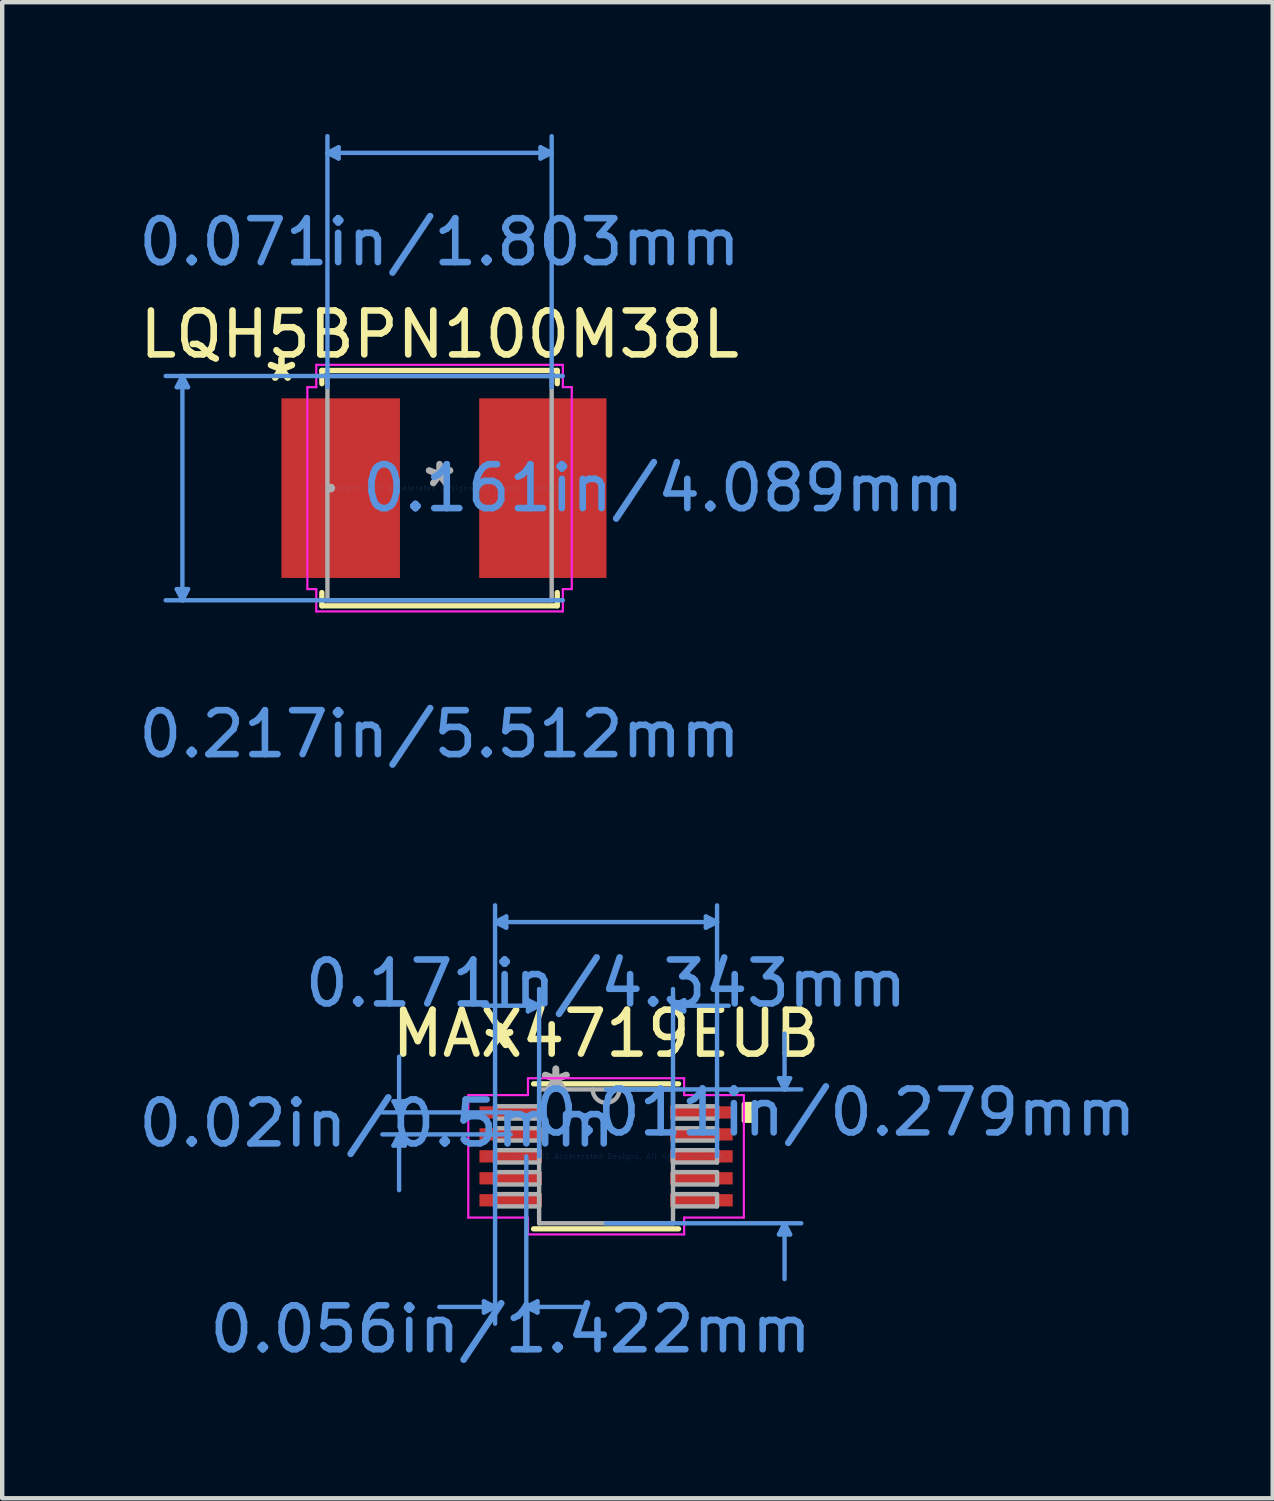
<source format=kicad_pcb>
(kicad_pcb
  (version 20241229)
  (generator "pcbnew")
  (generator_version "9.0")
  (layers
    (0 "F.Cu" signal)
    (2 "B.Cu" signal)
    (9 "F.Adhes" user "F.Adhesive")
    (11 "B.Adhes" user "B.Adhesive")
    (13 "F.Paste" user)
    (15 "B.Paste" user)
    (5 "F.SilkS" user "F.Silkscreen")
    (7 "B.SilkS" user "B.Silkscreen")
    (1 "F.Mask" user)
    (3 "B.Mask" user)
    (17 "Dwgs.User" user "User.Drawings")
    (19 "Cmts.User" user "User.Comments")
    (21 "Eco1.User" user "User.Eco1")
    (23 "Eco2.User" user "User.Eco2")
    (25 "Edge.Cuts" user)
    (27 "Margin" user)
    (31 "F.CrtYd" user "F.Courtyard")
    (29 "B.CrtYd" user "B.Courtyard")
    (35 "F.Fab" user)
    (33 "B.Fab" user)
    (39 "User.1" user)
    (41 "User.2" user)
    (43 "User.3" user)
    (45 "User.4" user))
  (footprint "LQH5BPN100M38L"
    (layer "F.Cu")
    (at 6.958 8.064)
    (property "Reference" "LQH5BPN100M38L" (at 0 -3.5 0) (layer "F.SilkS") (effects (font (size 1 1) (thickness 0.15))))
    (attr through_hole)
    (fp_line (start -2.68 -2.68) (end -2.68 -2.377) (stroke (width 0.12) (type solid)) (layer "F.SilkS"))
    (fp_line (start -2.68 2.377) (end -2.68 2.68) (stroke (width 0.12) (type solid)) (layer "F.SilkS"))
    (fp_line (start -2.68 2.68) (end 2.68 2.68) (stroke (width 0.12) (type solid)) (layer "F.SilkS"))
    (fp_line (start 2.68 -2.68) (end -2.68 -2.68) (stroke (width 0.12) (type solid)) (layer "F.SilkS"))
    (fp_line (start 2.68 -2.377) (end 2.68 -2.68) (stroke (width 0.12) (type solid)) (layer "F.SilkS"))
    (fp_line (start 2.68 2.68) (end 2.68 2.377) (stroke (width 0.12) (type solid)) (layer "F.SilkS"))
    (fp_line (start -5.982 -2.299) (end -5.728 -2.299) (stroke (width 0.1) (type solid)) (layer "Cmts.User"))
    (fp_line (start -5.982 2.299) (end -5.728 2.299) (stroke (width 0.1) (type solid)) (layer "Cmts.User"))
    (fp_line (start -5.855 -2.553) (end -5.982 -2.299) (stroke (width 0.1) (type solid)) (layer "Cmts.User"))
    (fp_line (start -5.855 -2.553) (end -5.855 2.553) (stroke (width 0.1) (type solid)) (layer "Cmts.User"))
    (fp_line (start -5.855 -2.553) (end -5.728 -2.299) (stroke (width 0.1) (type solid)) (layer "Cmts.User"))
    (fp_line (start -5.855 2.553) (end -5.982 2.299) (stroke (width 0.1) (type solid)) (layer "Cmts.User"))
    (fp_line (start -5.855 2.553) (end -5.728 2.299) (stroke (width 0.1) (type solid)) (layer "Cmts.User"))
    (fp_line (start -2.553 -7.633) (end -2.299 -7.76) (stroke (width 0.1) (type solid)) (layer "Cmts.User"))
    (fp_line (start -2.553 -7.633) (end -2.299 -7.506) (stroke (width 0.1) (type solid)) (layer "Cmts.User"))
    (fp_line (start -2.553 -7.633) (end 2.553 -7.633) (stroke (width 0.1) (type solid)) (layer "Cmts.User"))
    (fp_line (start -2.553 -2.299) (end -2.553 -8.014) (stroke (width 0.1) (type solid)) (layer "Cmts.User"))
    (fp_line (start -2.299 -7.76) (end -2.299 -7.506) (stroke (width 0.1) (type solid)) (layer "Cmts.User"))
    (fp_line (start 2.299 -7.76) (end 2.299 -7.506) (stroke (width 0.1) (type solid)) (layer "Cmts.User"))
    (fp_line (start 2.553 -7.633) (end 2.299 -7.76) (stroke (width 0.1) (type solid)) (layer "Cmts.User"))
    (fp_line (start 2.553 -7.633) (end 2.299 -7.506) (stroke (width 0.1) (type solid)) (layer "Cmts.User"))
    (fp_line (start 2.553 -2.299) (end 2.553 -8.014) (stroke (width 0.1) (type solid)) (layer "Cmts.User"))
    (fp_line (start 2.807 -2.553) (end -6.236 -2.553) (stroke (width 0.1) (type solid)) (layer "Cmts.User"))
    (fp_line (start 2.807 2.553) (end -6.236 2.553) (stroke (width 0.1) (type solid)) (layer "Cmts.User"))
    (fp_line (start -3.01 -2.299) (end -2.807 -2.299) (stroke (width 0.05) (type solid)) (layer "F.CrtYd"))
    (fp_line (start -3.01 2.299) (end -3.01 -2.299) (stroke (width 0.05) (type solid)) (layer "F.CrtYd"))
    (fp_line (start -2.807 -2.807) (end 2.807 -2.807) (stroke (width 0.05) (type solid)) (layer "F.CrtYd"))
    (fp_line (start -2.807 -2.299) (end -2.807 -2.807) (stroke (width 0.05) (type solid)) (layer "F.CrtYd"))
    (fp_line (start -2.807 2.299) (end -3.01 2.299) (stroke (width 0.05) (type solid)) (layer "F.CrtYd"))
    (fp_line (start -2.807 2.807) (end -2.807 2.299) (stroke (width 0.05) (type solid)) (layer "F.CrtYd"))
    (fp_line (start 2.807 -2.807) (end 2.807 -2.299) (stroke (width 0.05) (type solid)) (layer "F.CrtYd"))
    (fp_line (start 2.807 -2.299) (end 3.01 -2.299) (stroke (width 0.05) (type solid)) (layer "F.CrtYd"))
    (fp_line (start 2.807 2.299) (end 2.807 2.807) (stroke (width 0.05) (type solid)) (layer "F.CrtYd"))
    (fp_line (start 2.807 2.807) (end -2.807 2.807) (stroke (width 0.05) (type solid)) (layer "F.CrtYd"))
    (fp_line (start 3.01 -2.299) (end 3.01 2.299) (stroke (width 0.05) (type solid)) (layer "F.CrtYd"))
    (fp_line (start 3.01 2.299) (end 2.807 2.299) (stroke (width 0.05) (type solid)) (layer "F.CrtYd"))
    (fp_line (start -2.553 -2.553) (end -2.553 2.553) (stroke (width 0.1) (type solid)) (layer "F.Fab"))
    (fp_line (start -2.553 2.553) (end 2.553 2.553) (stroke (width 0.1) (type solid)) (layer "F.Fab"))
    (fp_line (start 2.553 -2.553) (end -2.553 -2.553) (stroke (width 0.1) (type solid)) (layer "F.Fab"))
    (fp_line (start 2.553 2.553) (end 2.553 -2.553) (stroke (width 0.1) (type solid)) (layer "F.Fab"))
    (fp_circle (center -2.477 0) (end -2.477 0) (stroke (width 0.1) (type solid)) (fill no) (layer "F.Fab"))
    (fp_text user "*" (at -3.6 -2.4 0) (layer "F.SilkS") (effects (font (size 1 1) (thickness 0.15))))
    (fp_text user "0.071in/1.803mm" (at 0 -5.601 0) (layer "Cmts.User") (effects (font (size 1 1) (thickness 0.15))))
    (fp_text user "Copyright 2021 Accelerated Designs. All rights reserved." (at 0 0 0) (layer "Cmts.User") (effects (font (size 0.127 0.127) (thickness 0.002))))
    (fp_text user "0.217in/5.512mm" (at 0 5.601 0) (layer "Cmts.User") (effects (font (size 1 1) (thickness 0.15))))
    (fp_text user "0.161in/4.089mm" (at 5.093 0 0) (layer "Cmts.User") (effects (font (size 1 1) (thickness 0.15))))
    (fp_text user "*" (at 0 0 0) (layer "F.Fab") (effects (font (size 1 1) (thickness 0.15))))
    (pad "1" smd rect (at -2.251 0) (size 2.698 4.089) (layers "F.Cu" "F.Mask" "F.Paste"))
    (pad "2" smd rect (at 2.351 0) (size 2.898 4.089) (layers "F.Cu" "F.Mask" "F.Paste")))
  (footprint "MAX4719EUB"
    (layer "F.Cu")
    (at 10.749 23.278)
    (property "Reference" "MAX4719EUB" (at 0 -2.794 0) (layer "F.SilkS") (effects (font (size 1 1) (thickness 0.15))))
    (attr through_hole)
    (fp_line (start -1.651 1.651) (end 1.651 1.651) (stroke (width 0.12) (type solid)) (layer "F.SilkS"))
    (fp_line (start 1.651 -1.651) (end -1.651 -1.651) (stroke (width 0.12) (type solid)) (layer "F.SilkS"))
    (fp_poly (pts (xy 3.391 -1.191) (xy 3.391 -0.81) (xy 3.137 -0.81) (xy 3.137 -1.191)) (stroke (width 0.1) (type solid)) (fill yes) (layer "F.SilkS"))
    (fp_line (start -4.839 -1.254) (end -4.585 -1.254) (stroke (width 0.1) (type solid)) (layer "Cmts.User"))
    (fp_line (start -4.839 -0.246) (end -4.585 -0.246) (stroke (width 0.1) (type solid)) (layer "Cmts.User"))
    (fp_line (start -4.712 -1) (end -4.839 -1.254) (stroke (width 0.1) (type solid)) (layer "Cmts.User"))
    (fp_line (start -4.712 -1) (end -4.712 -2.27) (stroke (width 0.1) (type solid)) (layer "Cmts.User"))
    (fp_line (start -4.712 -1) (end -4.585 -1.254) (stroke (width 0.1) (type solid)) (layer "Cmts.User"))
    (fp_line (start -4.712 -0.5) (end -4.839 -0.246) (stroke (width 0.1) (type solid)) (layer "Cmts.User"))
    (fp_line (start -4.712 -0.5) (end -4.712 0.77) (stroke (width 0.1) (type solid)) (layer "Cmts.User"))
    (fp_line (start -4.712 -0.5) (end -4.585 -0.246) (stroke (width 0.1) (type solid)) (layer "Cmts.User"))
    (fp_line (start -2.781 3.302) (end -2.781 3.556) (stroke (width 0.1) (type solid)) (layer "Cmts.User"))
    (fp_line (start -2.527 -5.334) (end -2.273 -5.461) (stroke (width 0.1) (type solid)) (layer "Cmts.User"))
    (fp_line (start -2.527 -5.334) (end -2.273 -5.207) (stroke (width 0.1) (type solid)) (layer "Cmts.User"))
    (fp_line (start -2.527 -5.334) (end 2.527 -5.334) (stroke (width 0.1) (type solid)) (layer "Cmts.User"))
    (fp_line (start -2.527 0) (end -2.527 -5.715) (stroke (width 0.1) (type solid)) (layer "Cmts.User"))
    (fp_line (start -2.527 0) (end -2.527 3.81) (stroke (width 0.1) (type solid)) (layer "Cmts.User"))
    (fp_line (start -2.527 3.429) (end -3.797 3.429) (stroke (width 0.1) (type solid)) (layer "Cmts.User"))
    (fp_line (start -2.527 3.429) (end -2.781 3.302) (stroke (width 0.1) (type solid)) (layer "Cmts.User"))
    (fp_line (start -2.527 3.429) (end -2.781 3.556) (stroke (width 0.1) (type solid)) (layer "Cmts.User"))
    (fp_line (start -2.273 -5.461) (end -2.273 -5.207) (stroke (width 0.1) (type solid)) (layer "Cmts.User"))
    (fp_line (start -2.172 -1) (end -5.093 -1) (stroke (width 0.1) (type solid)) (layer "Cmts.User"))
    (fp_line (start -2.172 -0.5) (end -5.093 -0.5) (stroke (width 0.1) (type solid)) (layer "Cmts.User"))
    (fp_line (start -1.816 0) (end -1.816 3.81) (stroke (width 0.1) (type solid)) (layer "Cmts.User"))
    (fp_line (start -1.816 3.429) (end -1.562 3.302) (stroke (width 0.1) (type solid)) (layer "Cmts.User"))
    (fp_line (start -1.816 3.429) (end -1.562 3.556) (stroke (width 0.1) (type solid)) (layer "Cmts.User"))
    (fp_line (start -1.816 3.429) (end -0.546 3.429) (stroke (width 0.1) (type solid)) (layer "Cmts.User"))
    (fp_line (start -1.778 -3.556) (end -1.778 -3.302) (stroke (width 0.1) (type solid)) (layer "Cmts.User"))
    (fp_line (start -1.562 3.302) (end -1.562 3.556) (stroke (width 0.1) (type solid)) (layer "Cmts.User"))
    (fp_line (start -1.524 -3.429) (end -2.794 -3.429) (stroke (width 0.1) (type solid)) (layer "Cmts.User"))
    (fp_line (start -1.524 -3.429) (end -1.778 -3.556) (stroke (width 0.1) (type solid)) (layer "Cmts.User"))
    (fp_line (start -1.524 -3.429) (end -1.778 -3.302) (stroke (width 0.1) (type solid)) (layer "Cmts.User"))
    (fp_line (start -1.524 0) (end -1.524 -3.81) (stroke (width 0.1) (type solid)) (layer "Cmts.User"))
    (fp_line (start 0 -1.524) (end 4.445 -1.524) (stroke (width 0.1) (type solid)) (layer "Cmts.User"))
    (fp_line (start 0 1.524) (end 4.445 1.524) (stroke (width 0.1) (type solid)) (layer "Cmts.User"))
    (fp_line (start 1.524 -3.429) (end 1.778 -3.556) (stroke (width 0.1) (type solid)) (layer "Cmts.User"))
    (fp_line (start 1.524 -3.429) (end 1.778 -3.302) (stroke (width 0.1) (type solid)) (layer "Cmts.User"))
    (fp_line (start 1.524 -3.429) (end 2.794 -3.429) (stroke (width 0.1) (type solid)) (layer "Cmts.User"))
    (fp_line (start 1.524 0) (end 1.524 -3.81) (stroke (width 0.1) (type solid)) (layer "Cmts.User"))
    (fp_line (start 1.778 -3.556) (end 1.778 -3.302) (stroke (width 0.1) (type solid)) (layer "Cmts.User"))
    (fp_line (start 2.273 -5.461) (end 2.273 -5.207) (stroke (width 0.1) (type solid)) (layer "Cmts.User"))
    (fp_line (start 2.527 -5.334) (end 2.273 -5.461) (stroke (width 0.1) (type solid)) (layer "Cmts.User"))
    (fp_line (start 2.527 -5.334) (end 2.273 -5.207) (stroke (width 0.1) (type solid)) (layer "Cmts.User"))
    (fp_line (start 2.527 0) (end 2.527 -5.715) (stroke (width 0.1) (type solid)) (layer "Cmts.User"))
    (fp_line (start 3.937 -1.778) (end 4.191 -1.778) (stroke (width 0.1) (type solid)) (layer "Cmts.User"))
    (fp_line (start 3.937 1.778) (end 4.191 1.778) (stroke (width 0.1) (type solid)) (layer "Cmts.User"))
    (fp_line (start 4.064 -1.524) (end 3.937 -1.778) (stroke (width 0.1) (type solid)) (layer "Cmts.User"))
    (fp_line (start 4.064 -1.524) (end 4.064 -2.794) (stroke (width 0.1) (type solid)) (layer "Cmts.User"))
    (fp_line (start 4.064 -1.524) (end 4.191 -1.778) (stroke (width 0.1) (type solid)) (layer "Cmts.User"))
    (fp_line (start 4.064 1.524) (end 3.937 1.778) (stroke (width 0.1) (type solid)) (layer "Cmts.User"))
    (fp_line (start 4.064 1.524) (end 4.064 2.794) (stroke (width 0.1) (type solid)) (layer "Cmts.User"))
    (fp_line (start 4.064 1.524) (end 4.191 1.778) (stroke (width 0.1) (type solid)) (layer "Cmts.User"))
    (fp_line (start -3.137 -1.394) (end -1.778 -1.394) (stroke (width 0.05) (type solid)) (layer "F.CrtYd"))
    (fp_line (start -3.137 1.394) (end -3.137 -1.394) (stroke (width 0.05) (type solid)) (layer "F.CrtYd"))
    (fp_line (start -1.778 -1.778) (end 1.778 -1.778) (stroke (width 0.05) (type solid)) (layer "F.CrtYd"))
    (fp_line (start -1.778 -1.394) (end -1.778 -1.778) (stroke (width 0.05) (type solid)) (layer "F.CrtYd"))
    (fp_line (start -1.778 1.394) (end -3.137 1.394) (stroke (width 0.05) (type solid)) (layer "F.CrtYd"))
    (fp_line (start -1.778 1.778) (end -1.778 1.394) (stroke (width 0.05) (type solid)) (layer "F.CrtYd"))
    (fp_line (start 1.778 -1.778) (end 1.778 -1.394) (stroke (width 0.05) (type solid)) (layer "F.CrtYd"))
    (fp_line (start 1.778 -1.394) (end 3.137 -1.394) (stroke (width 0.05) (type solid)) (layer "F.CrtYd"))
    (fp_line (start 1.778 1.394) (end 1.778 1.778) (stroke (width 0.05) (type solid)) (layer "F.CrtYd"))
    (fp_line (start 1.778 1.778) (end -1.778 1.778) (stroke (width 0.05) (type solid)) (layer "F.CrtYd"))
    (fp_line (start 3.137 -1.394) (end 3.137 1.394) (stroke (width 0.05) (type solid)) (layer "F.CrtYd"))
    (fp_line (start 3.137 1.394) (end 1.778 1.394) (stroke (width 0.05) (type solid)) (layer "F.CrtYd"))
    (fp_line (start -2.527 -1.14) (end -2.527 -0.86) (stroke (width 0.1) (type solid)) (layer "F.Fab"))
    (fp_line (start -2.527 -0.86) (end -1.524 -0.86) (stroke (width 0.1) (type solid)) (layer "F.Fab"))
    (fp_line (start -2.527 -0.64) (end -2.527 -0.36) (stroke (width 0.1) (type solid)) (layer "F.Fab"))
    (fp_line (start -2.527 -0.36) (end -1.524 -0.36) (stroke (width 0.1) (type solid)) (layer "F.Fab"))
    (fp_line (start -2.527 -0.14) (end -2.527 0.14) (stroke (width 0.1) (type solid)) (layer "F.Fab"))
    (fp_line (start -2.527 0.14) (end -1.524 0.14) (stroke (width 0.1) (type solid)) (layer "F.Fab"))
    (fp_line (start -2.527 0.36) (end -2.527 0.64) (stroke (width 0.1) (type solid)) (layer "F.Fab"))
    (fp_line (start -2.527 0.64) (end -1.524 0.64) (stroke (width 0.1) (type solid)) (layer "F.Fab"))
    (fp_line (start -2.527 0.86) (end -2.527 1.14) (stroke (width 0.1) (type solid)) (layer "F.Fab"))
    (fp_line (start -2.527 1.14) (end -1.524 1.14) (stroke (width 0.1) (type solid)) (layer "F.Fab"))
    (fp_line (start -1.524 -1.524) (end -1.524 1.524) (stroke (width 0.1) (type solid)) (layer "F.Fab"))
    (fp_line (start -1.524 -1.14) (end -2.527 -1.14) (stroke (width 0.1) (type solid)) (layer "F.Fab"))
    (fp_line (start -1.524 -0.86) (end -1.524 -1.14) (stroke (width 0.1) (type solid)) (layer "F.Fab"))
    (fp_line (start -1.524 -0.64) (end -2.527 -0.64) (stroke (width 0.1) (type solid)) (layer "F.Fab"))
    (fp_line (start -1.524 -0.36) (end -1.524 -0.64) (stroke (width 0.1) (type solid)) (layer "F.Fab"))
    (fp_line (start -1.524 -0.14) (end -2.527 -0.14) (stroke (width 0.1) (type solid)) (layer "F.Fab"))
    (fp_line (start -1.524 0.14) (end -1.524 -0.14) (stroke (width 0.1) (type solid)) (layer "F.Fab"))
    (fp_line (start -1.524 0.36) (end -2.527 0.36) (stroke (width 0.1) (type solid)) (layer "F.Fab"))
    (fp_line (start -1.524 0.64) (end -1.524 0.36) (stroke (width 0.1) (type solid)) (layer "F.Fab"))
    (fp_line (start -1.524 0.86) (end -2.527 0.86) (stroke (width 0.1) (type solid)) (layer "F.Fab"))
    (fp_line (start -1.524 1.14) (end -1.524 0.86) (stroke (width 0.1) (type solid)) (layer "F.Fab"))
    (fp_line (start -1.524 1.524) (end 1.524 1.524) (stroke (width 0.1) (type solid)) (layer "F.Fab"))
    (fp_line (start 1.524 -1.524) (end -1.524 -1.524) (stroke (width 0.1) (type solid)) (layer "F.Fab"))
    (fp_line (start 1.524 -1.14) (end 1.524 -0.86) (stroke (width 0.1) (type solid)) (layer "F.Fab"))
    (fp_line (start 1.524 -0.86) (end 2.527 -0.86) (stroke (width 0.1) (type solid)) (layer "F.Fab"))
    (fp_line (start 1.524 -0.64) (end 1.524 -0.36) (stroke (width 0.1) (type solid)) (layer "F.Fab"))
    (fp_line (start 1.524 -0.36) (end 2.527 -0.36) (stroke (width 0.1) (type solid)) (layer "F.Fab"))
    (fp_line (start 1.524 -0.14) (end 1.524 0.14) (stroke (width 0.1) (type solid)) (layer "F.Fab"))
    (fp_line (start 1.524 0.14) (end 2.527 0.14) (stroke (width 0.1) (type solid)) (layer "F.Fab"))
    (fp_line (start 1.524 0.36) (end 1.524 0.64) (stroke (width 0.1) (type solid)) (layer "F.Fab"))
    (fp_line (start 1.524 0.64) (end 2.527 0.64) (stroke (width 0.1) (type solid)) (layer "F.Fab"))
    (fp_line (start 1.524 0.86) (end 1.524 1.14) (stroke (width 0.1) (type solid)) (layer "F.Fab"))
    (fp_line (start 1.524 1.14) (end 2.527 1.14) (stroke (width 0.1) (type solid)) (layer "F.Fab"))
    (fp_line (start 1.524 1.524) (end 1.524 -1.524) (stroke (width 0.1) (type solid)) (layer "F.Fab"))
    (fp_line (start 2.527 -1.14) (end 1.524 -1.14) (stroke (width 0.1) (type solid)) (layer "F.Fab"))
    (fp_line (start 2.527 -0.86) (end 2.527 -1.14) (stroke (width 0.1) (type solid)) (layer "F.Fab"))
    (fp_line (start 2.527 -0.64) (end 1.524 -0.64) (stroke (width 0.1) (type solid)) (layer "F.Fab"))
    (fp_line (start 2.527 -0.36) (end 2.527 -0.64) (stroke (width 0.1) (type solid)) (layer "F.Fab"))
    (fp_line (start 2.527 -0.14) (end 1.524 -0.14) (stroke (width 0.1) (type solid)) (layer "F.Fab"))
    (fp_line (start 2.527 0.14) (end 2.527 -0.14) (stroke (width 0.1) (type solid)) (layer "F.Fab"))
    (fp_line (start 2.527 0.36) (end 1.524 0.36) (stroke (width 0.1) (type solid)) (layer "F.Fab"))
    (fp_line (start 2.527 0.64) (end 2.527 0.36) (stroke (width 0.1) (type solid)) (layer "F.Fab"))
    (fp_line (start 2.527 0.86) (end 1.524 0.86) (stroke (width 0.1) (type solid)) (layer "F.Fab"))
    (fp_line (start 2.527 1.14) (end 2.527 0.86) (stroke (width 0.1) (type solid)) (layer "F.Fab"))
    (fp_arc (start 0.3048 -1.524) (mid 0 -1.2192) (end -0.3048 -1.524) (stroke (width 0.1) (type solid)) (layer "F.Fab"))
    (fp_text user "*" (at -2.426 -2.422 0) (layer "F.SilkS") (effects (font (size 1 1) (thickness 0.15))))
    (fp_text user "*" (at -2.426 -2.422 0) (layer "F.SilkS") (effects (font (size 1 1) (thickness 0.15))))
    (fp_text user "Copyright 2021 Accelerated Designs. All rights reserved." (at 0 0 0) (layer "Cmts.User") (effects (font (size 0.127 0.127) (thickness 0.002))))
    (fp_text user "0.171in/4.343mm" (at 0 -3.937 0) (layer "Cmts.User") (effects (font (size 1 1) (thickness 0.15))))
    (fp_text user "0.02in/0.5mm" (at -5.22 -0.75 0) (layer "Cmts.User") (effects (font (size 1 1) (thickness 0.15))))
    (fp_text user "0.056in/1.422mm" (at -2.172 3.937 0) (layer "Cmts.User") (effects (font (size 1 1) (thickness 0.15))))
    (fp_text user "0.011in/0.279mm" (at 5.22 -1 0) (layer "Cmts.User") (effects (font (size 1 1) (thickness 0.15))))
    (fp_text user "*" (at -1.143 -1.448 0) (layer "F.Fab") (effects (font (size 1 1) (thickness 0.15))))
    (fp_text user "*" (at -1.143 -1.448 0) (layer "F.Fab") (effects (font (size 1 1) (thickness 0.15))))
    (pad "1" smd rect (at -2.172 -1) (size 1.422 0.279) (layers "F.Cu" "F.Mask" "F.Paste"))
    (pad "2" smd rect (at -2.172 -0.5) (size 1.422 0.279) (layers "F.Cu" "F.Mask" "F.Paste"))
    (pad "3" smd rect (at -2.172 0) (size 1.422 0.279) (layers "F.Cu" "F.Mask" "F.Paste"))
    (pad "4" smd rect (at -2.172 0.5) (size 1.422 0.279) (layers "F.Cu" "F.Mask" "F.Paste"))
    (pad "5" smd rect (at -2.172 1) (size 1.422 0.279) (layers "F.Cu" "F.Mask" "F.Paste"))
    (pad "6" smd rect (at 2.172 1) (size 1.422 0.279) (layers "F.Cu" "F.Mask" "F.Paste"))
    (pad "7" smd rect (at 2.172 0.5) (size 1.422 0.279) (layers "F.Cu" "F.Mask" "F.Paste"))
    (pad "8" smd rect (at 2.172 0) (size 1.422 0.279) (layers "F.Cu" "F.Mask" "F.Paste"))
    (pad "9" smd rect (at 2.172 -0.5) (size 1.422 0.279) (layers "F.Cu" "F.Mask" "F.Paste"))
    (pad "10" smd rect (at 2.172 -1) (size 1.422 0.279) (layers "F.Cu" "F.Mask" "F.Paste")))
  (gr_rect
    (start -3 -3)
    (end 25.927 31.063)
    (stroke (width 0.1) (type default))
    (fill no)
    (layer "Edge.Cuts")))
</source>
